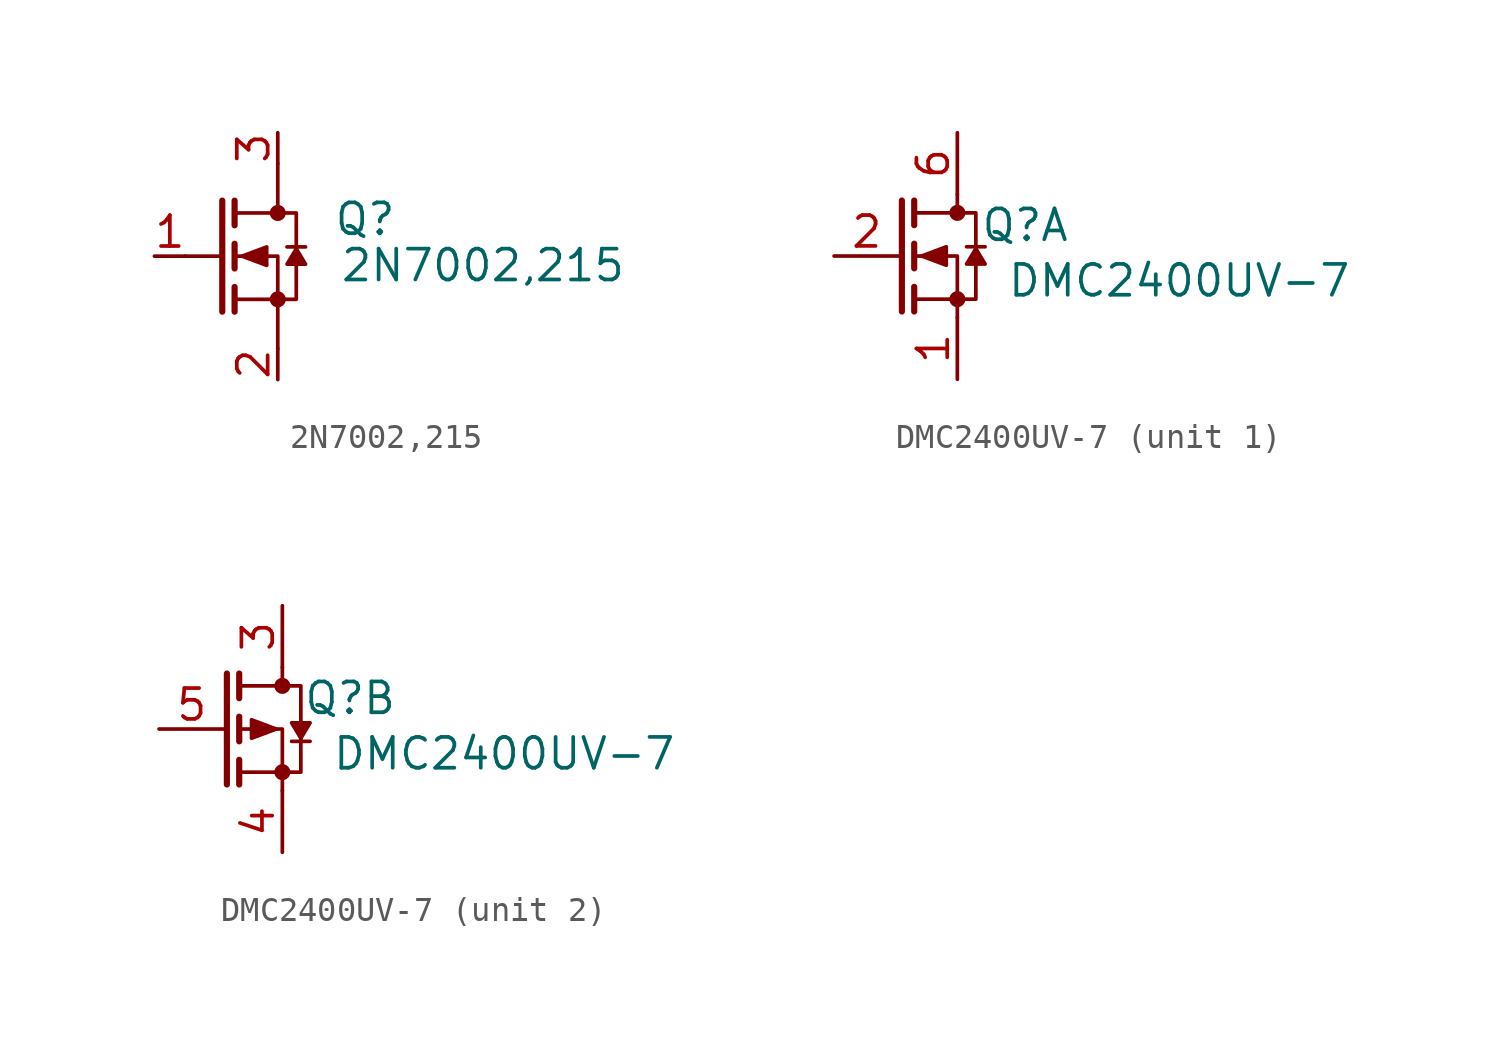
<source format=kicad_sym>
(kicad_symbol_lib
  (version 20241209)
  (generator "kicad_symbol_editor")
  (generator_version "9.0")
  (symbol "2N7002,215"
    (pin_names
      (offset 0)
      (hide yes))
    (property "Reference" "Q"
      (at 2.286 1.524 0)
      (effects (font (size 1.27 1.27)) (justify left)))
    (property "Value" "2N7002,215"
      (at 2.54 -0.381 0)
      (effects (font (size 1.27 1.27)) (justify left)))
    (symbol "2N7002,215_0_1"
      (polyline (pts (xy -3.81 0) (xy -2.286 0)) (stroke (width 0) (type default)) (fill (type none)))
      (polyline (pts (xy -2.286 -2.286) (xy -2.286 2.286)) (stroke (width 0.254) (type default)) (fill (type none)))
      (polyline (pts (xy -1.778 2.286) (xy -1.778 1.27)) (stroke (width 0.254) (type default)) (fill (type none)))
      (polyline (pts (xy -1.778 1.778) (xy 0.762 1.778) (xy 0.762 -1.778) (xy -1.778 -1.778)) (stroke (width 0) (type default)) (fill (type none)))
      (polyline (pts (xy -1.778 0.508) (xy -1.778 -0.508)) (stroke (width 0.254) (type default)) (fill (type none)))
      (polyline (pts (xy -1.778 -1.27) (xy -1.778 -2.286)) (stroke (width 0.254) (type default)) (fill (type none)))
      (polyline (pts (xy -1.473 0) (xy -0.457 -0.381) (xy -0.457 0.381) (xy -1.473 0)) (stroke (width 0) (type default)) (fill (type outline)))
      (polyline (pts (xy 0 3.81) (xy 0 1.778)) (stroke (width 0) (type default)) (fill (type none)))
      (circle (center 0 1.778) (radius 0.254) (stroke (width 0) (type default)) (fill (type outline)))
      (circle (center 0 -1.778) (radius 0.254) (stroke (width 0) (type default)) (fill (type outline)))
      (polyline (pts (xy 0 -3.81) (xy 0 0) (xy -1.778 0)) (stroke (width 0) (type default)) (fill (type none)))
      (polyline (pts (xy 1.143 0.381) (xy 0.381 0.381)) (stroke (width 0) (type default)) (fill (type none))))
    (symbol "2N7002,215_1_1"
      (polyline (pts (xy 0.762 0.305) (xy 1.143 -0.33) (xy 0.381 -0.33) (xy 0.762 0.305)) (stroke (width 0) (type default)) (fill (type outline)))
      (pin input line (at -5.08 0 0) (length 1.27) (name "G" (effects (font (size 1.27 1.27)))) (number "1" (effects (font (size 1.27 1.27)))))
      (pin passive line (at 0 5.08 270) (length 1.27) (name "D" (effects (font (size 1.27 1.27)))) (number "3" (effects (font (size 1.27 1.27)))))
      (pin passive line (at 0 -5.08 90) (length 1.27) (name "S" (effects (font (size 1.27 1.27)))) (number "2" (effects (font (size 1.27 1.27)))))))
  (symbol "DMC2400UV-7"
    (pin_names
      (hide yes))
    (property "Reference" "Q"
      (at 2.794 1.27 0)
      (effects (font (size 1.27 1.27))))
    (property "Value" "DMC2400UV-7"
      (at 9.144 -1.016 0)
      (effects (font (size 1.27 1.27))))
    (property "ki_locked" ""
      (at 0 0 0)
      (effects (font (size 1.27 1.27))))
    (symbol "DMC2400UV-7_1_1"
      (polyline (pts (xy -2.286 -2.286) (xy -2.286 2.286)) (stroke (width 0.254) (type default)) (fill (type none)))
      (polyline (pts (xy -1.778 2.286) (xy -1.778 1.27)) (stroke (width 0.254) (type default)) (fill (type none)))
      (polyline (pts (xy -1.778 1.778) (xy 0.762 1.778) (xy 0.762 -1.778) (xy -1.778 -1.778)) (stroke (width 0) (type default)) (fill (type none)))
      (polyline (pts (xy -1.778 0.508) (xy -1.778 -0.508)) (stroke (width 0.254) (type default)) (fill (type none)))
      (polyline (pts (xy -1.778 -1.27) (xy -1.778 -2.286)) (stroke (width 0.254) (type default)) (fill (type none)))
      (polyline (pts (xy -1.473 0) (xy -0.457 -0.381) (xy -0.457 0.381) (xy -1.473 0)) (stroke (width 0) (type default)) (fill (type outline)))
      (polyline (pts (xy 0 2.54) (xy 0 1.778)) (stroke (width 0) (type default)) (fill (type none)))
      (circle (center 0 1.778) (radius 0.254) (stroke (width 0) (type default)) (fill (type outline)))
      (circle (center 0 -1.778) (radius 0.254) (stroke (width 0) (type default)) (fill (type outline)))
      (polyline (pts (xy 0 -2.54) (xy 0 0) (xy -1.778 0)) (stroke (width 0) (type default)) (fill (type none)))
      (polyline (pts (xy 0.762 0.305) (xy 1.143 -0.33) (xy 0.381 -0.33) (xy 0.762 0.305)) (stroke (width 0) (type default)) (fill (type outline)))
      (polyline (pts (xy 1.143 0.381) (xy 0.381 0.381)) (stroke (width 0) (type default)) (fill (type none)))
      (pin input line (at -5.08 0 0) (length 2.692) (name "G1" (effects (font (size 1.27 1.27)))) (number "2" (effects (font (size 1.27 1.27)))))
      (pin passive line (at 0 5.08 270) (length 2.54) (name "D1" (effects (font (size 1.27 1.27)))) (number "6" (effects (font (size 1.27 1.27)))))
      (pin passive line (at 0 -5.08 90) (length 2.54) (name "S1" (effects (font (size 1.27 1.27)))) (number "1" (effects (font (size 1.27 1.27))))))
    (symbol "DMC2400UV-7_2_1"
      (polyline (pts (xy -2.286 -2.286) (xy -2.286 2.286)) (stroke (width 0.254) (type default)) (fill (type none)))
      (polyline (pts (xy -1.778 2.286) (xy -1.778 1.27)) (stroke (width 0.254) (type default)) (fill (type none)))
      (polyline (pts (xy -1.778 1.778) (xy 0.762 1.778) (xy 0.762 -1.778) (xy -1.778 -1.778)) (stroke (width 0) (type default)) (fill (type none)))
      (polyline (pts (xy -1.778 0.508) (xy -1.778 -0.508)) (stroke (width 0.254) (type default)) (fill (type none)))
      (polyline (pts (xy -1.778 -1.27) (xy -1.778 -2.286)) (stroke (width 0.254) (type default)) (fill (type none)))
      (polyline (pts (xy -0.254 0) (xy -1.27 0.381) (xy -1.27 -0.381) (xy -0.254 0)) (stroke (width 0) (type default)) (fill (type outline)))
      (polyline (pts (xy 0 2.54) (xy 0 1.778)) (stroke (width 0) (type default)) (fill (type none)))
      (circle (center 0 1.778) (radius 0.254) (stroke (width 0) (type default)) (fill (type outline)))
      (circle (center 0 -1.778) (radius 0.254) (stroke (width 0) (type default)) (fill (type outline)))
      (polyline (pts (xy 0 -2.54) (xy 0 0) (xy -1.778 0)) (stroke (width 0) (type default)) (fill (type none)))
      (polyline (pts (xy 0.762 -0.381) (xy 0.381 0.254) (xy 1.143 0.254) (xy 0.762 -0.381)) (stroke (width 0) (type default)) (fill (type outline)))
      (polyline (pts (xy 1.143 -0.508) (xy 0.381 -0.508)) (stroke (width 0) (type default)) (fill (type none)))
      (pin input line (at -5.08 0 0) (length 2.692) (name "G2" (effects (font (size 1.27 1.27)))) (number "5" (effects (font (size 1.27 1.27)))))
      (pin passive line (at 0 5.08 270) (length 2.54) (name "D2" (effects (font (size 1.27 1.27)))) (number "3" (effects (font (size 1.27 1.27)))))
      (pin passive line (at 0 -5.08 90) (length 2.54) (name "S2" (effects (font (size 1.27 1.27)))) (number "4" (effects (font (size 1.27 1.27))))))))
</source>
